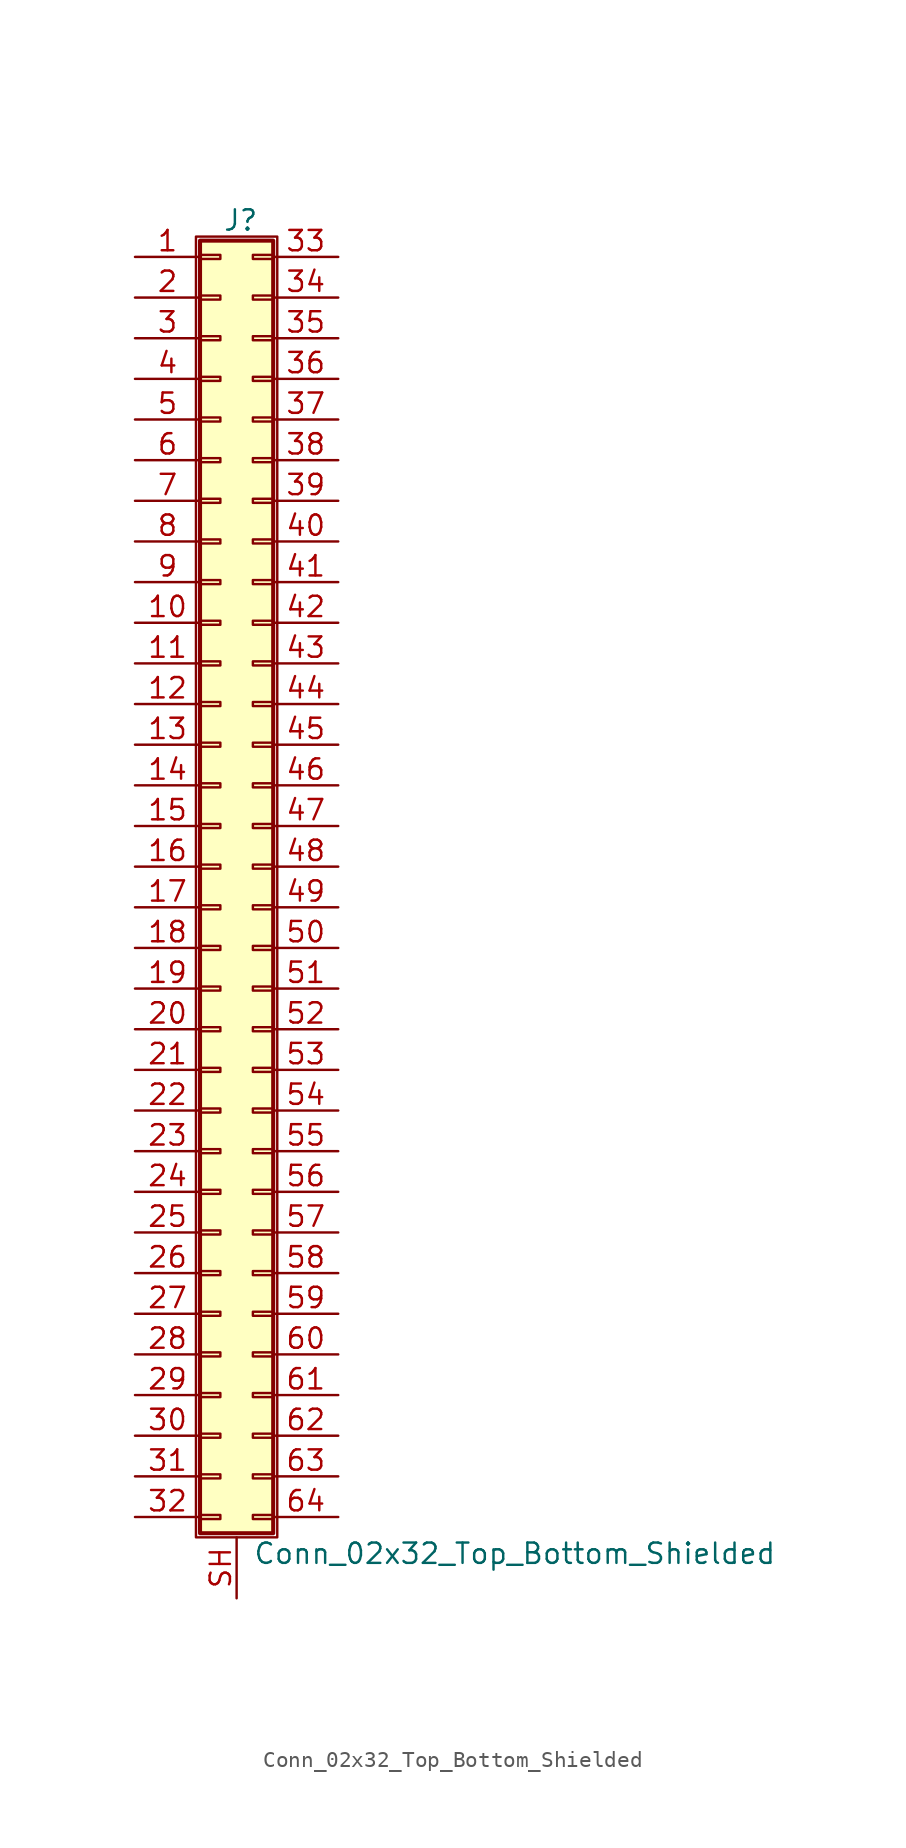
<source format=kicad_sym>
(kicad_symbol_lib
  (version 20220914)
  (generator kicad_symbol_editor)
  (symbol "Conn_02x32_Top_Bottom_Shielded"
    (pin_names
      (offset 1.016) hide)
    (property "Reference" "J"
      (at 1.524 40.386 0)
      (effects (font (size 1.27 1.27))))
    (property "Value" "Conn_02x32_Top_Bottom_Shielded"
      (at 2.286 -42.926 0)
      (effects (font (size 1.27 1.27)) (justify left)))
    (symbol "Conn_02x32_Top_Bottom_Shielded_1_1"
      (rectangle (start -1.27 39.37) (end 3.81 -41.91) (stroke (width 0.152) (type default)) (fill (type none)))
      (rectangle (start -1.016 -40.513) (end 0.254 -40.767) (stroke (width 0.152) (type default)) (fill (type none)))
      (rectangle (start -1.016 -37.973) (end 0.254 -38.227) (stroke (width 0.152) (type default)) (fill (type none)))
      (rectangle (start -1.016 -35.433) (end 0.254 -35.687) (stroke (width 0.152) (type default)) (fill (type none)))
      (rectangle (start -1.016 -32.893) (end 0.254 -33.147) (stroke (width 0.152) (type default)) (fill (type none)))
      (rectangle (start -1.016 -30.353) (end 0.254 -30.607) (stroke (width 0.152) (type default)) (fill (type none)))
      (rectangle (start -1.016 -27.813) (end 0.254 -28.067) (stroke (width 0.152) (type default)) (fill (type none)))
      (rectangle (start -1.016 -25.273) (end 0.254 -25.527) (stroke (width 0.152) (type default)) (fill (type none)))
      (rectangle (start -1.016 -22.733) (end 0.254 -22.987) (stroke (width 0.152) (type default)) (fill (type none)))
      (rectangle (start -1.016 -20.193) (end 0.254 -20.447) (stroke (width 0.152) (type default)) (fill (type none)))
      (rectangle (start -1.016 -17.653) (end 0.254 -17.907) (stroke (width 0.152) (type default)) (fill (type none)))
      (rectangle (start -1.016 -15.113) (end 0.254 -15.367) (stroke (width 0.152) (type default)) (fill (type none)))
      (rectangle (start -1.016 -12.573) (end 0.254 -12.827) (stroke (width 0.152) (type default)) (fill (type none)))
      (rectangle (start -1.016 -10.033) (end 0.254 -10.287) (stroke (width 0.152) (type default)) (fill (type none)))
      (rectangle (start -1.016 -7.493) (end 0.254 -7.747) (stroke (width 0.152) (type default)) (fill (type none)))
      (rectangle (start -1.016 -4.953) (end 0.254 -5.207) (stroke (width 0.152) (type default)) (fill (type none)))
      (rectangle (start -1.016 -2.413) (end 0.254 -2.667) (stroke (width 0.152) (type default)) (fill (type none)))
      (rectangle (start -1.016 0.127) (end 0.254 -0.127) (stroke (width 0.152) (type default)) (fill (type none)))
      (rectangle (start -1.016 2.667) (end 0.254 2.413) (stroke (width 0.152) (type default)) (fill (type none)))
      (rectangle (start -1.016 5.207) (end 0.254 4.953) (stroke (width 0.152) (type default)) (fill (type none)))
      (rectangle (start -1.016 7.747) (end 0.254 7.493) (stroke (width 0.152) (type default)) (fill (type none)))
      (rectangle (start -1.016 10.287) (end 0.254 10.033) (stroke (width 0.152) (type default)) (fill (type none)))
      (rectangle (start -1.016 12.827) (end 0.254 12.573) (stroke (width 0.152) (type default)) (fill (type none)))
      (rectangle (start -1.016 15.367) (end 0.254 15.113) (stroke (width 0.152) (type default)) (fill (type none)))
      (rectangle (start -1.016 17.907) (end 0.254 17.653) (stroke (width 0.152) (type default)) (fill (type none)))
      (rectangle (start -1.016 20.447) (end 0.254 20.193) (stroke (width 0.152) (type default)) (fill (type none)))
      (rectangle (start -1.016 22.987) (end 0.254 22.733) (stroke (width 0.152) (type default)) (fill (type none)))
      (rectangle (start -1.016 25.527) (end 0.254 25.273) (stroke (width 0.152) (type default)) (fill (type none)))
      (rectangle (start -1.016 28.067) (end 0.254 27.813) (stroke (width 0.152) (type default)) (fill (type none)))
      (rectangle (start -1.016 30.607) (end 0.254 30.353) (stroke (width 0.152) (type default)) (fill (type none)))
      (rectangle (start -1.016 33.147) (end 0.254 32.893) (stroke (width 0.152) (type default)) (fill (type none)))
      (rectangle (start -1.016 35.687) (end 0.254 35.433) (stroke (width 0.152) (type default)) (fill (type none)))
      (rectangle (start -1.016 38.227) (end 0.254 37.973) (stroke (width 0.152) (type default)) (fill (type none)))
      (rectangle (start -1.016 39.116) (end 3.556 -41.656) (stroke (width 0.254) (type default)) (fill (type background)))
      (rectangle (start 3.556 -40.513) (end 2.286 -40.767) (stroke (width 0.152) (type default)) (fill (type none)))
      (rectangle (start 3.556 -37.973) (end 2.286 -38.227) (stroke (width 0.152) (type default)) (fill (type none)))
      (rectangle (start 3.556 -35.433) (end 2.286 -35.687) (stroke (width 0.152) (type default)) (fill (type none)))
      (rectangle (start 3.556 -32.893) (end 2.286 -33.147) (stroke (width 0.152) (type default)) (fill (type none)))
      (rectangle (start 3.556 -30.353) (end 2.286 -30.607) (stroke (width 0.152) (type default)) (fill (type none)))
      (rectangle (start 3.556 -27.813) (end 2.286 -28.067) (stroke (width 0.152) (type default)) (fill (type none)))
      (rectangle (start 3.556 -25.273) (end 2.286 -25.527) (stroke (width 0.152) (type default)) (fill (type none)))
      (rectangle (start 3.556 -22.733) (end 2.286 -22.987) (stroke (width 0.152) (type default)) (fill (type none)))
      (rectangle (start 3.556 -20.193) (end 2.286 -20.447) (stroke (width 0.152) (type default)) (fill (type none)))
      (rectangle (start 3.556 -17.653) (end 2.286 -17.907) (stroke (width 0.152) (type default)) (fill (type none)))
      (rectangle (start 3.556 -15.113) (end 2.286 -15.367) (stroke (width 0.152) (type default)) (fill (type none)))
      (rectangle (start 3.556 -12.573) (end 2.286 -12.827) (stroke (width 0.152) (type default)) (fill (type none)))
      (rectangle (start 3.556 -10.033) (end 2.286 -10.287) (stroke (width 0.152) (type default)) (fill (type none)))
      (rectangle (start 3.556 -7.493) (end 2.286 -7.747) (stroke (width 0.152) (type default)) (fill (type none)))
      (rectangle (start 3.556 -4.953) (end 2.286 -5.207) (stroke (width 0.152) (type default)) (fill (type none)))
      (rectangle (start 3.556 -2.413) (end 2.286 -2.667) (stroke (width 0.152) (type default)) (fill (type none)))
      (rectangle (start 3.556 0.127) (end 2.286 -0.127) (stroke (width 0.152) (type default)) (fill (type none)))
      (rectangle (start 3.556 2.667) (end 2.286 2.413) (stroke (width 0.152) (type default)) (fill (type none)))
      (rectangle (start 3.556 5.207) (end 2.286 4.953) (stroke (width 0.152) (type default)) (fill (type none)))
      (rectangle (start 3.556 7.747) (end 2.286 7.493) (stroke (width 0.152) (type default)) (fill (type none)))
      (rectangle (start 3.556 10.287) (end 2.286 10.033) (stroke (width 0.152) (type default)) (fill (type none)))
      (rectangle (start 3.556 12.827) (end 2.286 12.573) (stroke (width 0.152) (type default)) (fill (type none)))
      (rectangle (start 3.556 15.367) (end 2.286 15.113) (stroke (width 0.152) (type default)) (fill (type none)))
      (rectangle (start 3.556 17.907) (end 2.286 17.653) (stroke (width 0.152) (type default)) (fill (type none)))
      (rectangle (start 3.556 20.447) (end 2.286 20.193) (stroke (width 0.152) (type default)) (fill (type none)))
      (rectangle (start 3.556 22.987) (end 2.286 22.733) (stroke (width 0.152) (type default)) (fill (type none)))
      (rectangle (start 3.556 25.527) (end 2.286 25.273) (stroke (width 0.152) (type default)) (fill (type none)))
      (rectangle (start 3.556 28.067) (end 2.286 27.813) (stroke (width 0.152) (type default)) (fill (type none)))
      (rectangle (start 3.556 30.607) (end 2.286 30.353) (stroke (width 0.152) (type default)) (fill (type none)))
      (rectangle (start 3.556 33.147) (end 2.286 32.893) (stroke (width 0.152) (type default)) (fill (type none)))
      (rectangle (start 3.556 35.687) (end 2.286 35.433) (stroke (width 0.152) (type default)) (fill (type none)))
      (rectangle (start 3.556 38.227) (end 2.286 37.973) (stroke (width 0.152) (type default)) (fill (type none)))
      (pin passive line (at -5.08 38.1 0) (length 4.064) (name "Pin_1" (effects (font (size 1.27 1.27)))) (number "1" (effects (font (size 1.27 1.27)))))
      (pin passive line (at -5.08 15.24 0) (length 4.064) (name "Pin_10" (effects (font (size 1.27 1.27)))) (number "10" (effects (font (size 1.27 1.27)))))
      (pin passive line (at -5.08 12.7 0) (length 4.064) (name "Pin_11" (effects (font (size 1.27 1.27)))) (number "11" (effects (font (size 1.27 1.27)))))
      (pin passive line (at -5.08 10.16 0) (length 4.064) (name "Pin_12" (effects (font (size 1.27 1.27)))) (number "12" (effects (font (size 1.27 1.27)))))
      (pin passive line (at -5.08 7.62 0) (length 4.064) (name "Pin_13" (effects (font (size 1.27 1.27)))) (number "13" (effects (font (size 1.27 1.27)))))
      (pin passive line (at -5.08 5.08 0) (length 4.064) (name "Pin_14" (effects (font (size 1.27 1.27)))) (number "14" (effects (font (size 1.27 1.27)))))
      (pin passive line (at -5.08 2.54 0) (length 4.064) (name "Pin_15" (effects (font (size 1.27 1.27)))) (number "15" (effects (font (size 1.27 1.27)))))
      (pin passive line (at -5.08 0 0) (length 4.064) (name "Pin_16" (effects (font (size 1.27 1.27)))) (number "16" (effects (font (size 1.27 1.27)))))
      (pin passive line (at -5.08 -2.54 0) (length 4.064) (name "Pin_17" (effects (font (size 1.27 1.27)))) (number "17" (effects (font (size 1.27 1.27)))))
      (pin passive line (at -5.08 -5.08 0) (length 4.064) (name "Pin_18" (effects (font (size 1.27 1.27)))) (number "18" (effects (font (size 1.27 1.27)))))
      (pin passive line (at -5.08 -7.62 0) (length 4.064) (name "Pin_19" (effects (font (size 1.27 1.27)))) (number "19" (effects (font (size 1.27 1.27)))))
      (pin passive line (at -5.08 35.56 0) (length 4.064) (name "Pin_2" (effects (font (size 1.27 1.27)))) (number "2" (effects (font (size 1.27 1.27)))))
      (pin passive line (at -5.08 -10.16 0) (length 4.064) (name "Pin_20" (effects (font (size 1.27 1.27)))) (number "20" (effects (font (size 1.27 1.27)))))
      (pin passive line (at -5.08 -12.7 0) (length 4.064) (name "Pin_21" (effects (font (size 1.27 1.27)))) (number "21" (effects (font (size 1.27 1.27)))))
      (pin passive line (at -5.08 -15.24 0) (length 4.064) (name "Pin_22" (effects (font (size 1.27 1.27)))) (number "22" (effects (font (size 1.27 1.27)))))
      (pin passive line (at -5.08 -17.78 0) (length 4.064) (name "Pin_23" (effects (font (size 1.27 1.27)))) (number "23" (effects (font (size 1.27 1.27)))))
      (pin passive line (at -5.08 -20.32 0) (length 4.064) (name "Pin_24" (effects (font (size 1.27 1.27)))) (number "24" (effects (font (size 1.27 1.27)))))
      (pin passive line (at -5.08 -22.86 0) (length 4.064) (name "Pin_25" (effects (font (size 1.27 1.27)))) (number "25" (effects (font (size 1.27 1.27)))))
      (pin passive line (at -5.08 -25.4 0) (length 4.064) (name "Pin_26" (effects (font (size 1.27 1.27)))) (number "26" (effects (font (size 1.27 1.27)))))
      (pin passive line (at -5.08 -27.94 0) (length 4.064) (name "Pin_27" (effects (font (size 1.27 1.27)))) (number "27" (effects (font (size 1.27 1.27)))))
      (pin passive line (at -5.08 -30.48 0) (length 4.064) (name "Pin_28" (effects (font (size 1.27 1.27)))) (number "28" (effects (font (size 1.27 1.27)))))
      (pin passive line (at -5.08 -33.02 0) (length 4.064) (name "Pin_29" (effects (font (size 1.27 1.27)))) (number "29" (effects (font (size 1.27 1.27)))))
      (pin passive line (at -5.08 33.02 0) (length 4.064) (name "Pin_3" (effects (font (size 1.27 1.27)))) (number "3" (effects (font (size 1.27 1.27)))))
      (pin passive line (at -5.08 -35.56 0) (length 4.064) (name "Pin_30" (effects (font (size 1.27 1.27)))) (number "30" (effects (font (size 1.27 1.27)))))
      (pin passive line (at -5.08 -38.1 0) (length 4.064) (name "Pin_31" (effects (font (size 1.27 1.27)))) (number "31" (effects (font (size 1.27 1.27)))))
      (pin passive line (at -5.08 -40.64 0) (length 4.064) (name "Pin_32" (effects (font (size 1.27 1.27)))) (number "32" (effects (font (size 1.27 1.27)))))
      (pin passive line (at 7.62 38.1 180) (length 4.064) (name "Pin_33" (effects (font (size 1.27 1.27)))) (number "33" (effects (font (size 1.27 1.27)))))
      (pin passive line (at 7.62 35.56 180) (length 4.064) (name "Pin_34" (effects (font (size 1.27 1.27)))) (number "34" (effects (font (size 1.27 1.27)))))
      (pin passive line (at 7.62 33.02 180) (length 4.064) (name "Pin_35" (effects (font (size 1.27 1.27)))) (number "35" (effects (font (size 1.27 1.27)))))
      (pin passive line (at 7.62 30.48 180) (length 4.064) (name "Pin_36" (effects (font (size 1.27 1.27)))) (number "36" (effects (font (size 1.27 1.27)))))
      (pin passive line (at 7.62 27.94 180) (length 4.064) (name "Pin_37" (effects (font (size 1.27 1.27)))) (number "37" (effects (font (size 1.27 1.27)))))
      (pin passive line (at 7.62 25.4 180) (length 4.064) (name "Pin_38" (effects (font (size 1.27 1.27)))) (number "38" (effects (font (size 1.27 1.27)))))
      (pin passive line (at 7.62 22.86 180) (length 4.064) (name "Pin_39" (effects (font (size 1.27 1.27)))) (number "39" (effects (font (size 1.27 1.27)))))
      (pin passive line (at -5.08 30.48 0) (length 4.064) (name "Pin_4" (effects (font (size 1.27 1.27)))) (number "4" (effects (font (size 1.27 1.27)))))
      (pin passive line (at 7.62 20.32 180) (length 4.064) (name "Pin_40" (effects (font (size 1.27 1.27)))) (number "40" (effects (font (size 1.27 1.27)))))
      (pin passive line (at 7.62 17.78 180) (length 4.064) (name "Pin_41" (effects (font (size 1.27 1.27)))) (number "41" (effects (font (size 1.27 1.27)))))
      (pin passive line (at 7.62 15.24 180) (length 4.064) (name "Pin_42" (effects (font (size 1.27 1.27)))) (number "42" (effects (font (size 1.27 1.27)))))
      (pin passive line (at 7.62 12.7 180) (length 4.064) (name "Pin_43" (effects (font (size 1.27 1.27)))) (number "43" (effects (font (size 1.27 1.27)))))
      (pin passive line (at 7.62 10.16 180) (length 4.064) (name "Pin_44" (effects (font (size 1.27 1.27)))) (number "44" (effects (font (size 1.27 1.27)))))
      (pin passive line (at 7.62 7.62 180) (length 4.064) (name "Pin_45" (effects (font (size 1.27 1.27)))) (number "45" (effects (font (size 1.27 1.27)))))
      (pin passive line (at 7.62 5.08 180) (length 4.064) (name "Pin_46" (effects (font (size 1.27 1.27)))) (number "46" (effects (font (size 1.27 1.27)))))
      (pin passive line (at 7.62 2.54 180) (length 4.064) (name "Pin_47" (effects (font (size 1.27 1.27)))) (number "47" (effects (font (size 1.27 1.27)))))
      (pin passive line (at 7.62 0 180) (length 4.064) (name "Pin_48" (effects (font (size 1.27 1.27)))) (number "48" (effects (font (size 1.27 1.27)))))
      (pin passive line (at 7.62 -2.54 180) (length 4.064) (name "Pin_49" (effects (font (size 1.27 1.27)))) (number "49" (effects (font (size 1.27 1.27)))))
      (pin passive line (at -5.08 27.94 0) (length 4.064) (name "Pin_5" (effects (font (size 1.27 1.27)))) (number "5" (effects (font (size 1.27 1.27)))))
      (pin passive line (at 7.62 -5.08 180) (length 4.064) (name "Pin_50" (effects (font (size 1.27 1.27)))) (number "50" (effects (font (size 1.27 1.27)))))
      (pin passive line (at 7.62 -7.62 180) (length 4.064) (name "Pin_51" (effects (font (size 1.27 1.27)))) (number "51" (effects (font (size 1.27 1.27)))))
      (pin passive line (at 7.62 -10.16 180) (length 4.064) (name "Pin_52" (effects (font (size 1.27 1.27)))) (number "52" (effects (font (size 1.27 1.27)))))
      (pin passive line (at 7.62 -12.7 180) (length 4.064) (name "Pin_53" (effects (font (size 1.27 1.27)))) (number "53" (effects (font (size 1.27 1.27)))))
      (pin passive line (at 7.62 -15.24 180) (length 4.064) (name "Pin_54" (effects (font (size 1.27 1.27)))) (number "54" (effects (font (size 1.27 1.27)))))
      (pin passive line (at 7.62 -17.78 180) (length 4.064) (name "Pin_55" (effects (font (size 1.27 1.27)))) (number "55" (effects (font (size 1.27 1.27)))))
      (pin passive line (at 7.62 -20.32 180) (length 4.064) (name "Pin_56" (effects (font (size 1.27 1.27)))) (number "56" (effects (font (size 1.27 1.27)))))
      (pin passive line (at 7.62 -22.86 180) (length 4.064) (name "Pin_57" (effects (font (size 1.27 1.27)))) (number "57" (effects (font (size 1.27 1.27)))))
      (pin passive line (at 7.62 -25.4 180) (length 4.064) (name "Pin_58" (effects (font (size 1.27 1.27)))) (number "58" (effects (font (size 1.27 1.27)))))
      (pin passive line (at 7.62 -27.94 180) (length 4.064) (name "Pin_59" (effects (font (size 1.27 1.27)))) (number "59" (effects (font (size 1.27 1.27)))))
      (pin passive line (at -5.08 25.4 0) (length 4.064) (name "Pin_6" (effects (font (size 1.27 1.27)))) (number "6" (effects (font (size 1.27 1.27)))))
      (pin passive line (at 7.62 -30.48 180) (length 4.064) (name "Pin_60" (effects (font (size 1.27 1.27)))) (number "60" (effects (font (size 1.27 1.27)))))
      (pin passive line (at 7.62 -33.02 180) (length 4.064) (name "Pin_61" (effects (font (size 1.27 1.27)))) (number "61" (effects (font (size 1.27 1.27)))))
      (pin passive line (at 7.62 -35.56 180) (length 4.064) (name "Pin_62" (effects (font (size 1.27 1.27)))) (number "62" (effects (font (size 1.27 1.27)))))
      (pin passive line (at 7.62 -38.1 180) (length 4.064) (name "Pin_63" (effects (font (size 1.27 1.27)))) (number "63" (effects (font (size 1.27 1.27)))))
      (pin passive line (at 7.62 -40.64 180) (length 4.064) (name "Pin_64" (effects (font (size 1.27 1.27)))) (number "64" (effects (font (size 1.27 1.27)))))
      (pin passive line (at -5.08 22.86 0) (length 4.064) (name "Pin_7" (effects (font (size 1.27 1.27)))) (number "7" (effects (font (size 1.27 1.27)))))
      (pin passive line (at -5.08 20.32 0) (length 4.064) (name "Pin_8" (effects (font (size 1.27 1.27)))) (number "8" (effects (font (size 1.27 1.27)))))
      (pin passive line (at -5.08 17.78 0) (length 4.064) (name "Pin_9" (effects (font (size 1.27 1.27)))) (number "9" (effects (font (size 1.27 1.27)))))
      (pin passive line (at 1.27 -45.72 90) (length 3.81) (name "Shield" (effects (font (size 1.27 1.27)))) (number "SH" (effects (font (size 1.27 1.27))))))))
</source>
